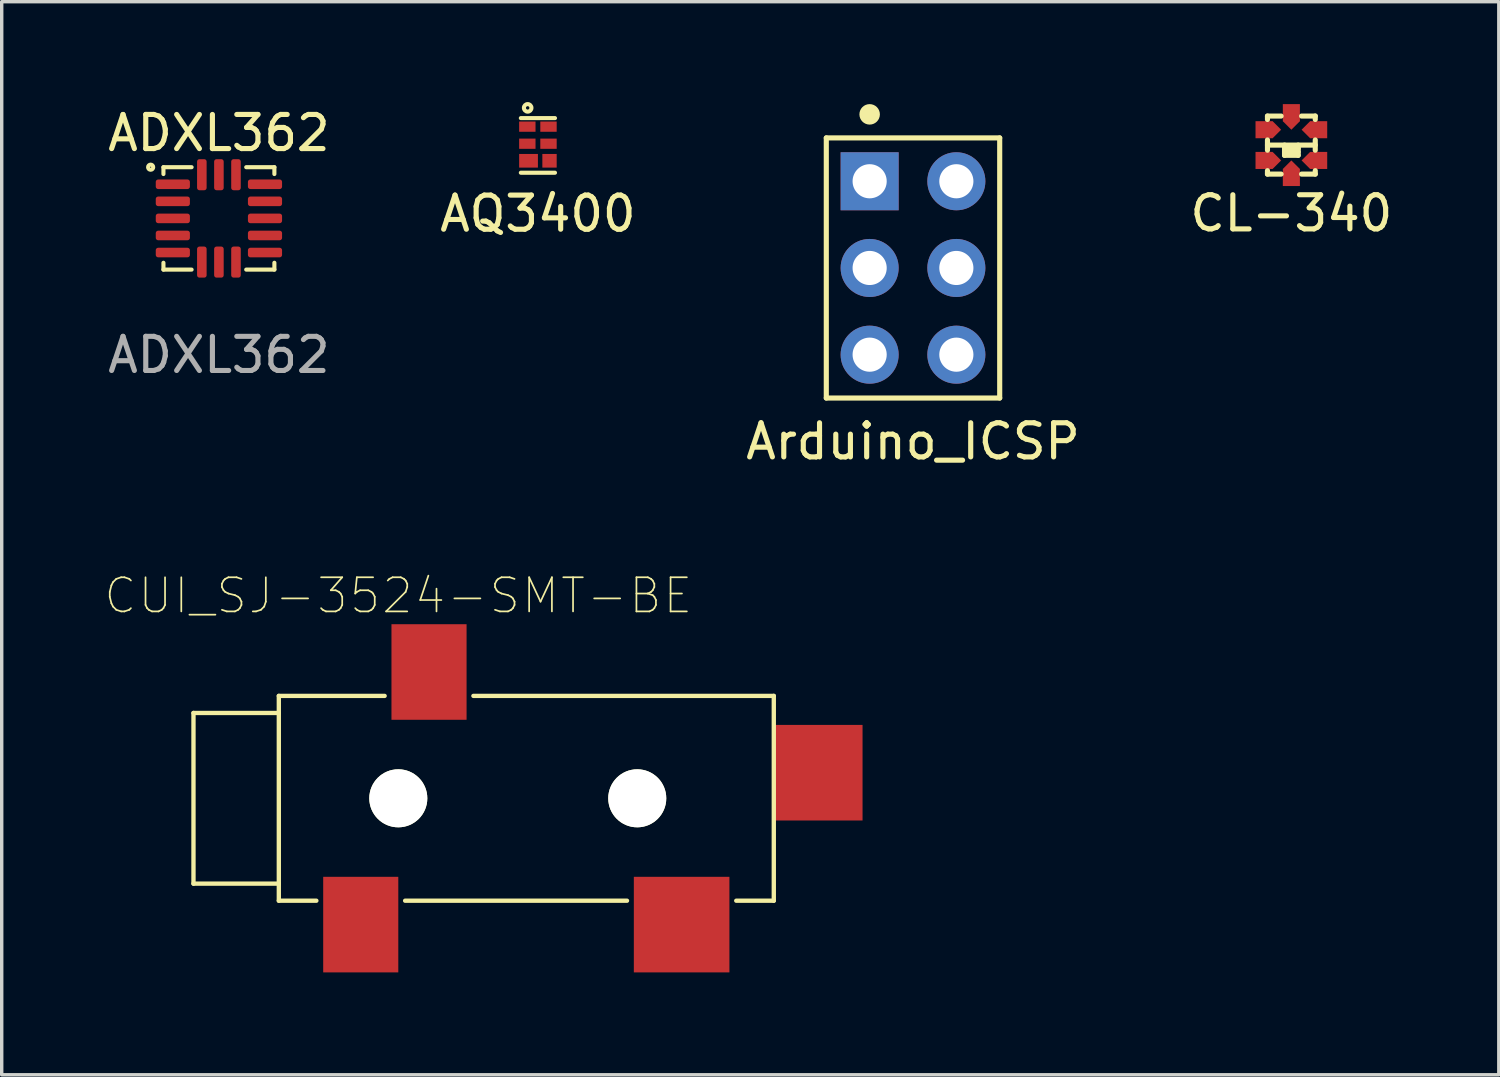
<source format=kicad_pcb>
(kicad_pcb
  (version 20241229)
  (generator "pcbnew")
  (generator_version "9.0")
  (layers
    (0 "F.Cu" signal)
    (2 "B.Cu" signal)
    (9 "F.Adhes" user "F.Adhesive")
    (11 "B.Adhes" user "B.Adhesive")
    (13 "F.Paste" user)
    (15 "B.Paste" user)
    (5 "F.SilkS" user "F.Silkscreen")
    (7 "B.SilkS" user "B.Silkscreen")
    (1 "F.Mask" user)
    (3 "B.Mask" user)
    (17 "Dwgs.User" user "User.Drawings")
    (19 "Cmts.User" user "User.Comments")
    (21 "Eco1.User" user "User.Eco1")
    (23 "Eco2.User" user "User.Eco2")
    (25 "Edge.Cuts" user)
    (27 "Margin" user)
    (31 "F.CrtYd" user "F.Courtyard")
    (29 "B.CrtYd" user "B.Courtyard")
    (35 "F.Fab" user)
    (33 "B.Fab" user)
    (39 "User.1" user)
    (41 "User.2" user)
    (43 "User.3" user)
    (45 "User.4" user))
  (footprint "AQ3400"
    (layer "F.Cu")
    (at 12.708 1.21)
    (property "Reference" "AQ3400" (at 0 2 0) (layer "F.SilkS") (effects (font (size 1 1) (thickness 0.15))))
    (attr smd)
    (fp_line (start -0.5 -0.8) (end 0.5 -0.8) (stroke (width 0.12) (type solid)) (layer "F.SilkS"))
    (fp_line (start -0.5 0.8) (end 0.5 0.8) (stroke (width 0.12) (type solid)) (layer "F.SilkS"))
    (fp_circle (center -0.3 -1.1) (end -0.3 -1.15) (stroke (width 0.12) (type solid)) (fill no) (layer "F.SilkS"))
    (pad "1" smd rect (at -0.31 -0.55) (size 0.48 0.3) (layers "F.Cu" "F.Mask" "F.Paste"))
    (pad "1" smd rect (at 0.31 -0.55) (size 0.48 0.3) (layers "F.Cu" "F.Mask" "F.Paste"))
    (pad "2" smd rect (at -0.31 -0.05) (size 0.48 0.3) (layers "F.Cu" "F.Mask" "F.Paste"))
    (pad "2" smd rect (at 0.31 -0.05) (size 0.48 0.3) (layers "F.Cu" "F.Mask" "F.Paste"))
    (pad "3" smd rect (at -0.275 0.45) (size 0.55 0.4) (layers "F.Cu" "F.Mask" "F.Paste"))
    (pad "3" smd rect (at 0.34 0.45) (size 0.42 0.4) (layers "F.Cu" "F.Mask" "F.Paste")))
  (footprint "CUI_SJ-3524-SMT-BE"
    (layer "F.Cu")
    (at 8.618 20.336)
    (property "Reference" "CUI_SJ-3524-SMT-BE" (at 0 -5.935 0) (layer "F.SilkS") (effects (font (size 1 1) (thickness 0.05))))
    (attr smd)
    (fp_line (start -6 -2.5) (end -6 2.5) (stroke (width 0.127) (type solid)) (layer "F.SilkS"))
    (fp_line (start -6 2.5) (end -3.5 2.5) (stroke (width 0.127) (type solid)) (layer "F.SilkS"))
    (fp_line (start -3.5 -3) (end -0.4 -3) (stroke (width 0.127) (type solid)) (layer "F.SilkS"))
    (fp_line (start -3.5 -2.5) (end -6 -2.5) (stroke (width 0.127) (type solid)) (layer "F.SilkS"))
    (fp_line (start -3.5 -2.5) (end -3.5 -3) (stroke (width 0.127) (type solid)) (layer "F.SilkS"))
    (fp_line (start -3.5 2.5) (end -3.5 -2.5) (stroke (width 0.127) (type solid)) (layer "F.SilkS"))
    (fp_line (start -3.5 3) (end -3.5 2.5) (stroke (width 0.127) (type solid)) (layer "F.SilkS"))
    (fp_line (start -3.5 3) (end -2.4 3) (stroke (width 0.127) (type solid)) (layer "F.SilkS"))
    (fp_line (start 0.2 3) (end 6.7 3) (stroke (width 0.127) (type solid)) (layer "F.SilkS"))
    (fp_line (start 2.2 -3) (end 11 -3) (stroke (width 0.127) (type solid)) (layer "F.SilkS"))
    (fp_line (start 9.9 3) (end 11 3) (stroke (width 0.127) (type solid)) (layer "F.SilkS"))
    (fp_line (start 11 -3) (end 11 3) (stroke (width 0.127) (type solid)) (layer "F.SilkS"))
    (pad "" np_thru_hole circle (at 0 0) (size 1.7 1.7) (drill 1.7) (layers "*.Cu" "*.Mask" "F.SilkS"))
    (pad "" np_thru_hole circle (at 7 0) (size 1.7 1.7) (drill 1.7) (layers "*.Cu" "*.Mask" "F.SilkS"))
    (pad "1" smd rect (at -1.1 3.7) (size 2.2 2.8) (layers "F.Cu" "F.Mask" "F.Paste"))
    (pad "2" smd rect (at 8.3 3.7) (size 2.8 2.8) (layers "F.Cu" "F.Mask" "F.Paste"))
    (pad "3" smd rect (at 0.9 -3.7) (size 2.2 2.8) (layers "F.Cu" "F.Mask" "F.Paste"))
    (pad "4" smd rect (at 12.3 -0.75) (size 2.6 2.8) (layers "F.Cu" "F.Mask" "F.Paste")))
  (footprint "ADXL362"
    (layer "F.Cu")
    (at 3.363 3.348)
    (property "Reference" "ADXL362" (at 0 -2.5 0) (unlocked yes) (layer "F.SilkS") (effects (font (size 1 1) (thickness 0.15))))
    (attr smd)
    (fp_line (start -1.625 -1.5) (end -1.625 -1.3) (stroke (width 0.12) (type solid)) (layer "F.SilkS"))
    (fp_line (start -1.625 -1.5) (end -0.8 -1.5) (stroke (width 0.12) (type solid)) (layer "F.SilkS"))
    (fp_line (start -1.625 1.5) (end -1.625 1.3) (stroke (width 0.12) (type solid)) (layer "F.SilkS"))
    (fp_line (start -1.625 1.5) (end -0.8 1.5) (stroke (width 0.12) (type solid)) (layer "F.SilkS"))
    (fp_line (start 1.625 -1.5) (end 0.8 -1.5) (stroke (width 0.12) (type solid)) (layer "F.SilkS"))
    (fp_line (start 1.625 -1.5) (end 1.625 -1.3) (stroke (width 0.12) (type solid)) (layer "F.SilkS"))
    (fp_line (start 1.625 1.5) (end 0.8 1.5) (stroke (width 0.12) (type solid)) (layer "F.SilkS"))
    (fp_line (start 1.625 1.5) (end 1.625 1.3) (stroke (width 0.12) (type solid)) (layer "F.SilkS"))
    (fp_circle (center -2 -1.5) (end -1.925 -1.5) (stroke (width 0.12) (type solid)) (fill no) (layer "F.SilkS"))
    (fp_text user "${REFERENCE}" (at 0 4 0) (unlocked yes) (layer "F.Fab") (effects (font (size 1 1) (thickness 0.15))))
    (pad "1" smd roundrect (at -1.35 -1) (size 1 0.28) (layers "F.Cu" "F.Mask" "F.Paste") (roundrect_rratio 0.25))
    (pad "2" smd roundrect (at -1.35 -0.5) (size 1 0.28) (layers "F.Cu" "F.Mask" "F.Paste") (roundrect_rratio 0.25))
    (pad "3" smd roundrect (at -1.35 0) (size 1 0.28) (layers "F.Cu" "F.Mask" "F.Paste") (roundrect_rratio 0.25))
    (pad "4" smd roundrect (at -1.35 0.5) (size 1 0.28) (layers "F.Cu" "F.Mask" "F.Paste") (roundrect_rratio 0.25))
    (pad "5" smd roundrect (at -1.35 1) (size 1 0.28) (layers "F.Cu" "F.Mask" "F.Paste") (roundrect_rratio 0.25))
    (pad "6" smd roundrect (at -0.5 1.28) (size 0.28 0.91) (layers "F.Cu" "F.Mask" "F.Paste") (roundrect_rratio 0.25))
    (pad "7" smd roundrect (at 0 1.28) (size 0.28 0.91) (layers "F.Cu" "F.Mask" "F.Paste") (roundrect_rratio 0.25))
    (pad "8" smd roundrect (at 0.5 1.28) (size 0.28 0.91) (layers "F.Cu" "F.Mask" "F.Paste") (roundrect_rratio 0.25))
    (pad "9" smd roundrect (at 1.35 1) (size 1 0.28) (layers "F.Cu" "F.Mask" "F.Paste") (roundrect_rratio 0.25))
    (pad "10" smd roundrect (at 1.35 0.5) (size 1 0.28) (layers "F.Cu" "F.Mask" "F.Paste") (roundrect_rratio 0.25))
    (pad "11" smd roundrect (at 1.35 0) (size 1 0.28) (layers "F.Cu" "F.Mask" "F.Paste") (roundrect_rratio 0.25))
    (pad "12" smd roundrect (at 1.35 -0.5) (size 1 0.28) (layers "F.Cu" "F.Mask" "F.Paste") (roundrect_rratio 0.25))
    (pad "13" smd roundrect (at 1.35 -1) (size 1 0.28) (layers "F.Cu" "F.Mask" "F.Paste") (roundrect_rratio 0.25))
    (pad "14" smd roundrect (at 0.5 -1.28) (size 0.28 0.91) (layers "F.Cu" "F.Mask" "F.Paste") (roundrect_rratio 0.25))
    (pad "15" smd roundrect (at 0 -1.28) (size 0.28 0.91) (layers "F.Cu" "F.Mask" "F.Paste") (roundrect_rratio 0.25))
    (pad "16" smd roundrect (at -0.5 -1.28) (size 0.28 0.91) (layers "F.Cu" "F.Mask" "F.Paste") (roundrect_rratio 0.25)))
  (footprint "CL-340"
    (layer "F.Cu")
    (at 34.78 1.2)
    (property "Reference" "CL-340" (at 0 2 0) (layer "F.SilkS") (effects (font (size 1 1) (thickness 0.15))))
    (attr smd)
    (fp_line (start -0.7 -0.85) (end -0.7 -0.75) (stroke (width 0.15) (type solid)) (layer "F.SilkS"))
    (fp_line (start -0.7 -0.15) (end -0.7 0.15) (stroke (width 0.15) (type solid)) (layer "F.SilkS"))
    (fp_line (start -0.7 0) (end 0.7 0) (stroke (width 0.15) (type solid)) (layer "F.SilkS"))
    (fp_line (start -0.7 0.85) (end -0.7 0.75) (stroke (width 0.15) (type solid)) (layer "F.SilkS"))
    (fp_line (start -0.3 -0.85) (end -0.7 -0.85) (stroke (width 0.15) (type solid)) (layer "F.SilkS"))
    (fp_line (start -0.3 0.85) (end -0.7 0.85) (stroke (width 0.15) (type solid)) (layer "F.SilkS"))
    (fp_line (start -0.2 0) (end -0.2 0.3) (stroke (width 0.15) (type solid)) (layer "F.SilkS"))
    (fp_line (start -0.2 0.1) (end 0.2 0.1) (stroke (width 0.15) (type solid)) (layer "F.SilkS"))
    (fp_line (start -0.2 0.2) (end 0.2 0.2) (stroke (width 0.15) (type solid)) (layer "F.SilkS"))
    (fp_line (start -0.2 0.3) (end 0.2 0.3) (stroke (width 0.15) (type solid)) (layer "F.SilkS"))
    (fp_line (start 0.2 0.3) (end 0.2 0) (stroke (width 0.15) (type solid)) (layer "F.SilkS"))
    (fp_line (start 0.3 -0.85) (end 0.7 -0.85) (stroke (width 0.15) (type solid)) (layer "F.SilkS"))
    (fp_line (start 0.3 0.85) (end 0.7 0.85) (stroke (width 0.15) (type solid)) (layer "F.SilkS"))
    (fp_line (start 0.7 -0.85) (end 0.7 -0.75) (stroke (width 0.15) (type solid)) (layer "F.SilkS"))
    (fp_line (start 0.7 -0.15) (end 0.7 0.15) (stroke (width 0.15) (type solid)) (layer "F.SilkS"))
    (fp_line (start 0.7 0.85) (end 0.7 0.75) (stroke (width 0.15) (type solid)) (layer "F.SilkS"))
    (pad "1" smd rect (at 0.55 -0.45 45) (size 0.354 0.354) (layers "F.Cu" "F.Mask" "F.Paste"))
    (pad "1" smd rect (at 0.8 -0.45) (size 0.5 0.5) (layers "F.Cu" "F.Mask" "F.Paste"))
    (pad "2" smd rect (at 0 -0.95) (size 0.5 0.5) (layers "F.Cu" "F.Mask" "F.Paste"))
    (pad "2" smd rect (at 0 -0.7 45) (size 0.354 0.354) (layers "F.Cu" "F.Mask" "F.Paste"))
    (pad "3" smd rect (at -0.8 -0.45) (size 0.5 0.5) (layers "F.Cu" "F.Mask" "F.Paste"))
    (pad "3" smd rect (at -0.55 -0.45 45) (size 0.354 0.354) (layers "F.Cu" "F.Mask" "F.Paste"))
    (pad "4" smd rect (at -0.8 0.45) (size 0.5 0.5) (layers "F.Cu" "F.Mask" "F.Paste"))
    (pad "4" smd rect (at -0.55 0.45 45) (size 0.354 0.354) (layers "F.Cu" "F.Mask" "F.Paste"))
    (pad "5" smd rect (at 0 0.7 45) (size 0.354 0.354) (layers "F.Cu" "F.Mask" "F.Paste"))
    (pad "5" smd rect (at 0 0.95) (size 0.5 0.5) (layers "F.Cu" "F.Mask" "F.Paste"))
    (pad "6" smd rect (at 0.55 0.45 45) (size 0.354 0.354) (layers "F.Cu" "F.Mask" "F.Paste"))
    (pad "6" smd rect (at 0.8 0.45) (size 0.5 0.5) (layers "F.Cu" "F.Mask" "F.Paste")))
  (footprint "Arduino_ICSP"
    (layer "F.Cu")
    (at 23.696 4.8)
    (property "Reference" "Arduino_ICSP" (at 0 5.08 0) (layer "F.SilkS") (effects (font (size 1 1) (thickness 0.15))))
    (attr through_hole)
    (fp_line (start -2.54 -3.81) (end 2.54 -3.81) (stroke (width 0.15) (type solid)) (layer "F.SilkS"))
    (fp_line (start -2.54 3.81) (end -2.54 -3.81) (stroke (width 0.15) (type solid)) (layer "F.SilkS"))
    (fp_line (start 2.54 -3.81) (end 2.54 3.81) (stroke (width 0.15) (type solid)) (layer "F.SilkS"))
    (fp_line (start 2.54 3.81) (end -2.54 3.81) (stroke (width 0.15) (type solid)) (layer "F.SilkS"))
    (fp_circle (center -1.27 -4.5) (end -1.12 -4.5) (stroke (width 0.3) (type solid)) (fill no) (layer "F.SilkS"))
    (pad "1" thru_hole rect (at -1.27 -2.54) (size 1.7 1.7) (drill 1) (layers "*.Cu" "*.Mask"))
    (pad "2" thru_hole oval (at 1.27 -2.54) (size 1.7 1.7) (drill 1) (layers "*.Cu" "*.Mask"))
    (pad "3" thru_hole oval (at -1.27 0) (size 1.7 1.7) (drill 1) (layers "*.Cu" "*.Mask"))
    (pad "4" thru_hole oval (at 1.27 0) (size 1.7 1.7) (drill 1) (layers "*.Cu" "*.Mask"))
    (pad "5" thru_hole oval (at -1.27 2.54) (size 1.7 1.7) (drill 1) (layers "*.Cu" "*.Mask"))
    (pad "6" thru_hole oval (at 1.27 2.54) (size 1.7 1.7) (drill 1) (layers "*.Cu" "*.Mask")))
  (gr_rect
    (start -3 -3)
    (end 40.857 28.436)
    (stroke (width 0.1) (type default))
    (fill no)
    (layer "Edge.Cuts")))
</source>
